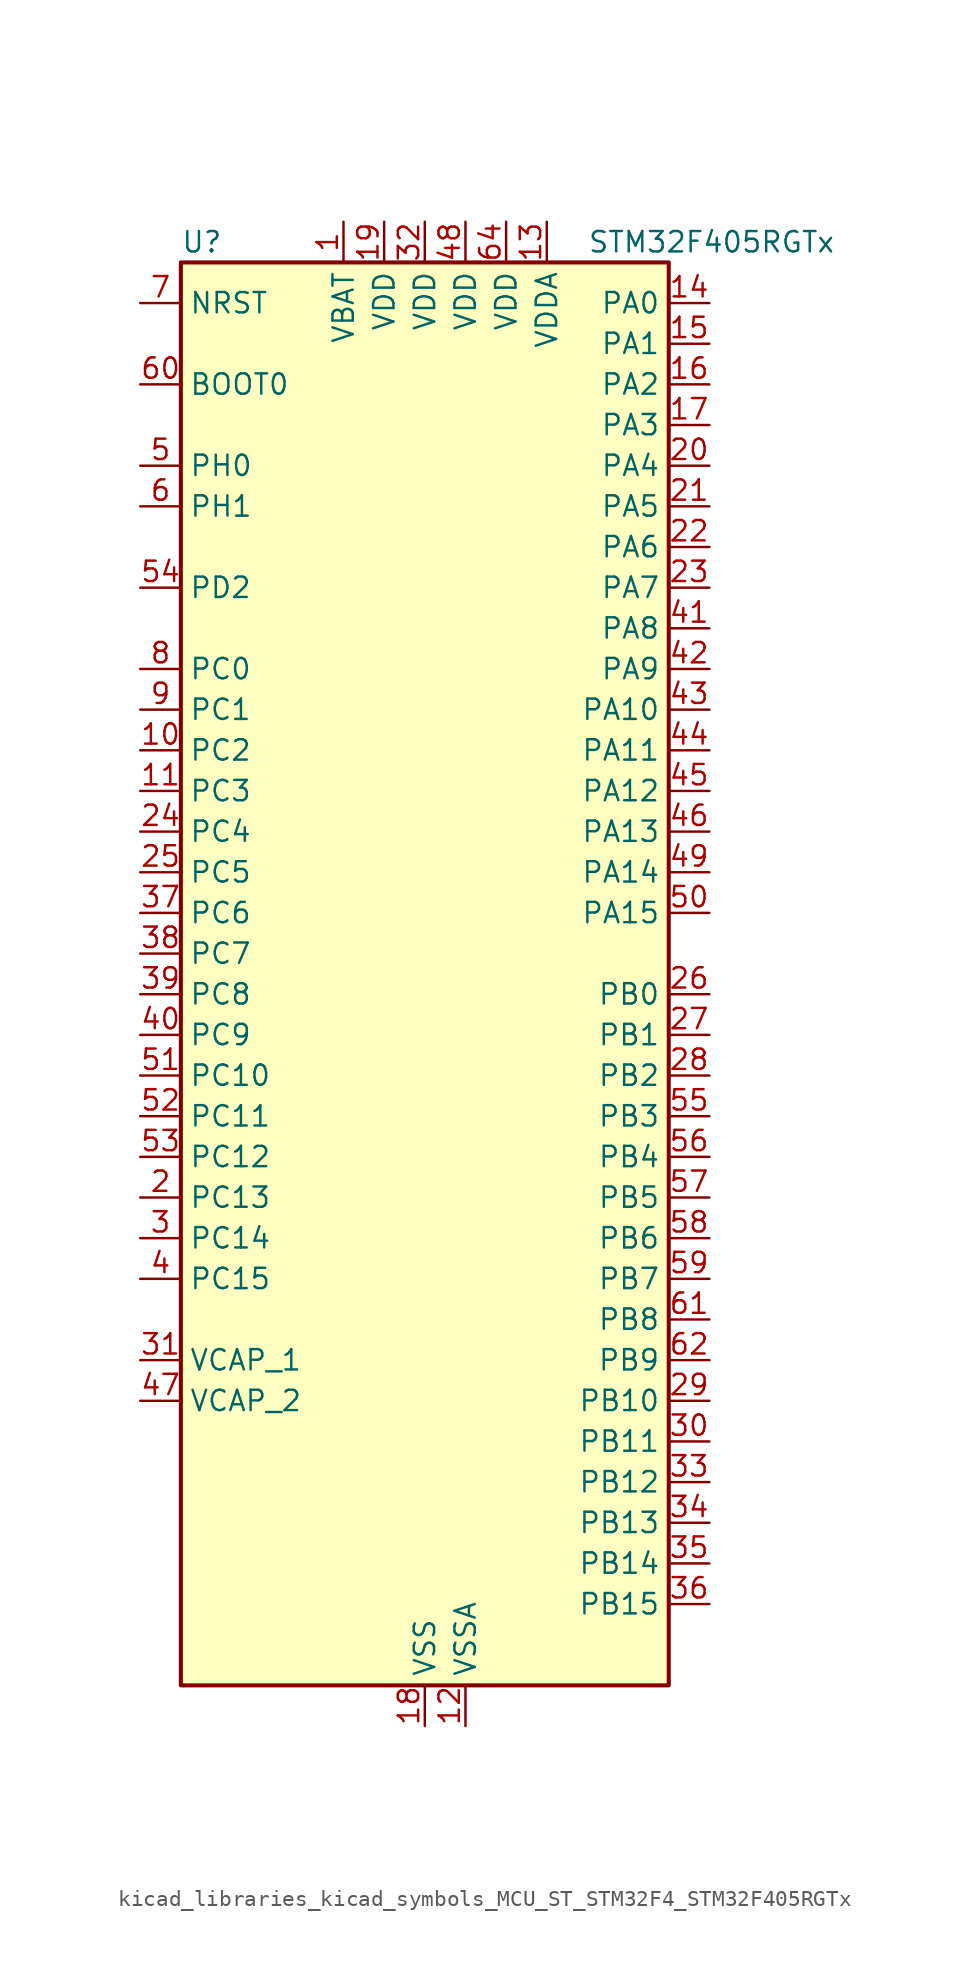
<source format=kicad_sym>
(kicad_symbol_lib
  (version 20220914)
  (generator kicad_symbol_editor)
  (symbol "kicad_libraries_kicad_symbols_MCU_ST_STM32F4_STM32F405RGTx"
    (property "Reference" "U"
      (at -15.24 46.99 0)
      (effects (font (size 1.27 1.27)) (justify left)))
    (property "Value" "STM32F405RGTx"
      (at 10.16 46.99 0)
      (effects (font (size 1.27 1.27)) (justify left)))
    (property "ki_locked" ""
      (at 0 0 0)
      (effects (font (size 1.27 1.27))))
    (symbol "kicad_libraries_kicad_symbols_MCU_ST_STM32F4_STM32F405RGTx_0_1"
      (rectangle (start -15.24 -43.18) (end 15.24 45.72) (stroke (width 0.254) (type default)) (fill (type background))))
    (symbol "kicad_libraries_kicad_symbols_MCU_ST_STM32F4_STM32F405RGTx_1_1"
      (pin power_in line (at -5.08 48.26 270) (length 2.54) (name "VBAT" (effects (font (size 1.27 1.27)))) (number "1" (effects (font (size 1.27 1.27)))))
      (pin bidirectional line (at -17.78 15.24 0) (length 2.54) (name "PC2" (effects (font (size 1.27 1.27)))) (number "10" (effects (font (size 1.27 1.27)))) (alternate "ADC1_IN12" bidirectional line) (alternate "ADC2_IN12" bidirectional line) (alternate "ADC3_IN12" bidirectional line) (alternate "I2S2_ext_SD" bidirectional line) (alternate "SPI2_MISO" bidirectional line) (alternate "USB_OTG_HS_ULPI_DIR" bidirectional line))
      (pin bidirectional line (at -17.78 12.7 0) (length 2.54) (name "PC3" (effects (font (size 1.27 1.27)))) (number "11" (effects (font (size 1.27 1.27)))) (alternate "ADC1_IN13" bidirectional line) (alternate "ADC2_IN13" bidirectional line) (alternate "ADC3_IN13" bidirectional line) (alternate "I2S2_SD" bidirectional line) (alternate "SPI2_MOSI" bidirectional line) (alternate "USB_OTG_HS_ULPI_NXT" bidirectional line))
      (pin power_in line (at 2.54 -45.72 90) (length 2.54) (name "VSSA" (effects (font (size 1.27 1.27)))) (number "12" (effects (font (size 1.27 1.27)))))
      (pin power_in line (at 7.62 48.26 270) (length 2.54) (name "VDDA" (effects (font (size 1.27 1.27)))) (number "13" (effects (font (size 1.27 1.27)))))
      (pin bidirectional line (at 17.78 43.18 180) (length 2.54) (name "PA0" (effects (font (size 1.27 1.27)))) (number "14" (effects (font (size 1.27 1.27)))) (alternate "ADC1_IN0" bidirectional line) (alternate "ADC2_IN0" bidirectional line) (alternate "ADC3_IN0" bidirectional line) (alternate "SYS_WKUP" bidirectional line) (alternate "TIM2_CH1" bidirectional line) (alternate "TIM2_ETR" bidirectional line) (alternate "TIM5_CH1" bidirectional line) (alternate "TIM8_ETR" bidirectional line) (alternate "UART4_TX" bidirectional line) (alternate "USART2_CTS" bidirectional line))
      (pin bidirectional line (at 17.78 40.64 180) (length 2.54) (name "PA1" (effects (font (size 1.27 1.27)))) (number "15" (effects (font (size 1.27 1.27)))) (alternate "ADC1_IN1" bidirectional line) (alternate "ADC2_IN1" bidirectional line) (alternate "ADC3_IN1" bidirectional line) (alternate "TIM2_CH2" bidirectional line) (alternate "TIM5_CH2" bidirectional line) (alternate "UART4_RX" bidirectional line) (alternate "USART2_RTS" bidirectional line))
      (pin bidirectional line (at 17.78 38.1 180) (length 2.54) (name "PA2" (effects (font (size 1.27 1.27)))) (number "16" (effects (font (size 1.27 1.27)))) (alternate "ADC1_IN2" bidirectional line) (alternate "ADC2_IN2" bidirectional line) (alternate "ADC3_IN2" bidirectional line) (alternate "TIM2_CH3" bidirectional line) (alternate "TIM5_CH3" bidirectional line) (alternate "TIM9_CH1" bidirectional line) (alternate "USART2_TX" bidirectional line))
      (pin bidirectional line (at 17.78 35.56 180) (length 2.54) (name "PA3" (effects (font (size 1.27 1.27)))) (number "17" (effects (font (size 1.27 1.27)))) (alternate "ADC1_IN3" bidirectional line) (alternate "ADC2_IN3" bidirectional line) (alternate "ADC3_IN3" bidirectional line) (alternate "TIM2_CH4" bidirectional line) (alternate "TIM5_CH4" bidirectional line) (alternate "TIM9_CH2" bidirectional line) (alternate "USART2_RX" bidirectional line) (alternate "USB_OTG_HS_ULPI_D0" bidirectional line))
      (pin power_in line (at 0 -45.72 90) (length 2.54) (name "VSS" (effects (font (size 1.27 1.27)))) (number "18" (effects (font (size 1.27 1.27)))))
      (pin power_in line (at -2.54 48.26 270) (length 2.54) (name "VDD" (effects (font (size 1.27 1.27)))) (number "19" (effects (font (size 1.27 1.27)))))
      (pin bidirectional line (at -17.78 -12.7 0) (length 2.54) (name "PC13" (effects (font (size 1.27 1.27)))) (number "2" (effects (font (size 1.27 1.27)))) (alternate "RTC_AF1" bidirectional line))
      (pin bidirectional line (at 17.78 33.02 180) (length 2.54) (name "PA4" (effects (font (size 1.27 1.27)))) (number "20" (effects (font (size 1.27 1.27)))) (alternate "ADC1_IN4" bidirectional line) (alternate "ADC2_IN4" bidirectional line) (alternate "DAC_OUT1" bidirectional line) (alternate "I2S3_WS" bidirectional line) (alternate "SPI1_NSS" bidirectional line) (alternate "SPI3_NSS" bidirectional line) (alternate "USART2_CK" bidirectional line) (alternate "USB_OTG_HS_SOF" bidirectional line))
      (pin bidirectional line (at 17.78 30.48 180) (length 2.54) (name "PA5" (effects (font (size 1.27 1.27)))) (number "21" (effects (font (size 1.27 1.27)))) (alternate "ADC1_IN5" bidirectional line) (alternate "ADC2_IN5" bidirectional line) (alternate "DAC_OUT2" bidirectional line) (alternate "SPI1_SCK" bidirectional line) (alternate "TIM2_CH1" bidirectional line) (alternate "TIM2_ETR" bidirectional line) (alternate "TIM8_CH1N" bidirectional line) (alternate "USB_OTG_HS_ULPI_CK" bidirectional line))
      (pin bidirectional line (at 17.78 27.94 180) (length 2.54) (name "PA6" (effects (font (size 1.27 1.27)))) (number "22" (effects (font (size 1.27 1.27)))) (alternate "ADC1_IN6" bidirectional line) (alternate "ADC2_IN6" bidirectional line) (alternate "SPI1_MISO" bidirectional line) (alternate "TIM13_CH1" bidirectional line) (alternate "TIM1_BKIN" bidirectional line) (alternate "TIM3_CH1" bidirectional line) (alternate "TIM8_BKIN" bidirectional line))
      (pin bidirectional line (at 17.78 25.4 180) (length 2.54) (name "PA7" (effects (font (size 1.27 1.27)))) (number "23" (effects (font (size 1.27 1.27)))) (alternate "ADC1_IN7" bidirectional line) (alternate "ADC2_IN7" bidirectional line) (alternate "SPI1_MOSI" bidirectional line) (alternate "TIM14_CH1" bidirectional line) (alternate "TIM1_CH1N" bidirectional line) (alternate "TIM3_CH2" bidirectional line) (alternate "TIM8_CH1N" bidirectional line))
      (pin bidirectional line (at -17.78 10.16 0) (length 2.54) (name "PC4" (effects (font (size 1.27 1.27)))) (number "24" (effects (font (size 1.27 1.27)))) (alternate "ADC1_IN14" bidirectional line) (alternate "ADC2_IN14" bidirectional line))
      (pin bidirectional line (at -17.78 7.62 0) (length 2.54) (name "PC5" (effects (font (size 1.27 1.27)))) (number "25" (effects (font (size 1.27 1.27)))) (alternate "ADC1_IN15" bidirectional line) (alternate "ADC2_IN15" bidirectional line))
      (pin bidirectional line (at 17.78 0 180) (length 2.54) (name "PB0" (effects (font (size 1.27 1.27)))) (number "26" (effects (font (size 1.27 1.27)))) (alternate "ADC1_IN8" bidirectional line) (alternate "ADC2_IN8" bidirectional line) (alternate "TIM1_CH2N" bidirectional line) (alternate "TIM3_CH3" bidirectional line) (alternate "TIM8_CH2N" bidirectional line) (alternate "USB_OTG_HS_ULPI_D1" bidirectional line))
      (pin bidirectional line (at 17.78 -2.54 180) (length 2.54) (name "PB1" (effects (font (size 1.27 1.27)))) (number "27" (effects (font (size 1.27 1.27)))) (alternate "ADC1_IN9" bidirectional line) (alternate "ADC2_IN9" bidirectional line) (alternate "TIM1_CH3N" bidirectional line) (alternate "TIM3_CH4" bidirectional line) (alternate "TIM8_CH3N" bidirectional line) (alternate "USB_OTG_HS_ULPI_D2" bidirectional line))
      (pin bidirectional line (at 17.78 -5.08 180) (length 2.54) (name "PB2" (effects (font (size 1.27 1.27)))) (number "28" (effects (font (size 1.27 1.27)))))
      (pin bidirectional line (at 17.78 -25.4 180) (length 2.54) (name "PB10" (effects (font (size 1.27 1.27)))) (number "29" (effects (font (size 1.27 1.27)))) (alternate "I2C2_SCL" bidirectional line) (alternate "I2S2_CK" bidirectional line) (alternate "SPI2_SCK" bidirectional line) (alternate "TIM2_CH3" bidirectional line) (alternate "USART3_TX" bidirectional line) (alternate "USB_OTG_HS_ULPI_D3" bidirectional line))
      (pin bidirectional line (at -17.78 -15.24 0) (length 2.54) (name "PC14" (effects (font (size 1.27 1.27)))) (number "3" (effects (font (size 1.27 1.27)))) (alternate "RCC_OSC32_IN" bidirectional line))
      (pin bidirectional line (at 17.78 -27.94 180) (length 2.54) (name "PB11" (effects (font (size 1.27 1.27)))) (number "30" (effects (font (size 1.27 1.27)))) (alternate "ADC1_EXTI11" bidirectional line) (alternate "ADC2_EXTI11" bidirectional line) (alternate "ADC3_EXTI11" bidirectional line) (alternate "I2C2_SDA" bidirectional line) (alternate "TIM2_CH4" bidirectional line) (alternate "USART3_RX" bidirectional line) (alternate "USB_OTG_HS_ULPI_D4" bidirectional line))
      (pin power_out line (at -17.78 -22.86 0) (length 2.54) (name "VCAP_1" (effects (font (size 1.27 1.27)))) (number "31" (effects (font (size 1.27 1.27)))))
      (pin power_in line (at 0 48.26 270) (length 2.54) (name "VDD" (effects (font (size 1.27 1.27)))) (number "32" (effects (font (size 1.27 1.27)))))
      (pin bidirectional line (at 17.78 -30.48 180) (length 2.54) (name "PB12" (effects (font (size 1.27 1.27)))) (number "33" (effects (font (size 1.27 1.27)))) (alternate "CAN2_RX" bidirectional line) (alternate "I2C2_SMBA" bidirectional line) (alternate "I2S2_WS" bidirectional line) (alternate "SPI2_NSS" bidirectional line) (alternate "TIM1_BKIN" bidirectional line) (alternate "USART3_CK" bidirectional line) (alternate "USB_OTG_HS_ID" bidirectional line) (alternate "USB_OTG_HS_ULPI_D5" bidirectional line))
      (pin bidirectional line (at 17.78 -33.02 180) (length 2.54) (name "PB13" (effects (font (size 1.27 1.27)))) (number "34" (effects (font (size 1.27 1.27)))) (alternate "CAN2_TX" bidirectional line) (alternate "I2S2_CK" bidirectional line) (alternate "SPI2_SCK" bidirectional line) (alternate "TIM1_CH1N" bidirectional line) (alternate "USART3_CTS" bidirectional line) (alternate "USB_OTG_HS_ULPI_D6" bidirectional line) (alternate "USB_OTG_HS_VBUS" bidirectional line))
      (pin bidirectional line (at 17.78 -35.56 180) (length 2.54) (name "PB14" (effects (font (size 1.27 1.27)))) (number "35" (effects (font (size 1.27 1.27)))) (alternate "I2S2_ext_SD" bidirectional line) (alternate "SPI2_MISO" bidirectional line) (alternate "TIM12_CH1" bidirectional line) (alternate "TIM1_CH2N" bidirectional line) (alternate "TIM8_CH2N" bidirectional line) (alternate "USART3_RTS" bidirectional line) (alternate "USB_OTG_HS_DM" bidirectional line))
      (pin bidirectional line (at 17.78 -38.1 180) (length 2.54) (name "PB15" (effects (font (size 1.27 1.27)))) (number "36" (effects (font (size 1.27 1.27)))) (alternate "ADC1_EXTI15" bidirectional line) (alternate "ADC2_EXTI15" bidirectional line) (alternate "ADC3_EXTI15" bidirectional line) (alternate "I2S2_SD" bidirectional line) (alternate "RTC_REFIN" bidirectional line) (alternate "SPI2_MOSI" bidirectional line) (alternate "TIM12_CH2" bidirectional line) (alternate "TIM1_CH3N" bidirectional line) (alternate "TIM8_CH3N" bidirectional line) (alternate "USB_OTG_HS_DP" bidirectional line))
      (pin bidirectional line (at -17.78 5.08 0) (length 2.54) (name "PC6" (effects (font (size 1.27 1.27)))) (number "37" (effects (font (size 1.27 1.27)))) (alternate "I2S2_MCK" bidirectional line) (alternate "SDIO_D6" bidirectional line) (alternate "TIM3_CH1" bidirectional line) (alternate "TIM8_CH1" bidirectional line) (alternate "USART6_TX" bidirectional line))
      (pin bidirectional line (at -17.78 2.54 0) (length 2.54) (name "PC7" (effects (font (size 1.27 1.27)))) (number "38" (effects (font (size 1.27 1.27)))) (alternate "I2S3_MCK" bidirectional line) (alternate "SDIO_D7" bidirectional line) (alternate "TIM3_CH2" bidirectional line) (alternate "TIM8_CH2" bidirectional line) (alternate "USART6_RX" bidirectional line))
      (pin bidirectional line (at -17.78 0 0) (length 2.54) (name "PC8" (effects (font (size 1.27 1.27)))) (number "39" (effects (font (size 1.27 1.27)))) (alternate "SDIO_D0" bidirectional line) (alternate "TIM3_CH3" bidirectional line) (alternate "TIM8_CH3" bidirectional line) (alternate "USART6_CK" bidirectional line))
      (pin bidirectional line (at -17.78 -17.78 0) (length 2.54) (name "PC15" (effects (font (size 1.27 1.27)))) (number "4" (effects (font (size 1.27 1.27)))) (alternate "ADC1_EXTI15" bidirectional line) (alternate "ADC2_EXTI15" bidirectional line) (alternate "ADC3_EXTI15" bidirectional line) (alternate "RCC_OSC32_OUT" bidirectional line))
      (pin bidirectional line (at -17.78 -2.54 0) (length 2.54) (name "PC9" (effects (font (size 1.27 1.27)))) (number "40" (effects (font (size 1.27 1.27)))) (alternate "DAC_EXTI9" bidirectional line) (alternate "I2C3_SDA" bidirectional line) (alternate "I2S_CKIN" bidirectional line) (alternate "RCC_MCO_2" bidirectional line) (alternate "SDIO_D1" bidirectional line) (alternate "TIM3_CH4" bidirectional line) (alternate "TIM8_CH4" bidirectional line))
      (pin bidirectional line (at 17.78 22.86 180) (length 2.54) (name "PA8" (effects (font (size 1.27 1.27)))) (number "41" (effects (font (size 1.27 1.27)))) (alternate "I2C3_SCL" bidirectional line) (alternate "RCC_MCO_1" bidirectional line) (alternate "TIM1_CH1" bidirectional line) (alternate "USART1_CK" bidirectional line) (alternate "USB_OTG_FS_SOF" bidirectional line))
      (pin bidirectional line (at 17.78 20.32 180) (length 2.54) (name "PA9" (effects (font (size 1.27 1.27)))) (number "42" (effects (font (size 1.27 1.27)))) (alternate "DAC_EXTI9" bidirectional line) (alternate "I2C3_SMBA" bidirectional line) (alternate "TIM1_CH2" bidirectional line) (alternate "USART1_TX" bidirectional line) (alternate "USB_OTG_FS_VBUS" bidirectional line))
      (pin bidirectional line (at 17.78 17.78 180) (length 2.54) (name "PA10" (effects (font (size 1.27 1.27)))) (number "43" (effects (font (size 1.27 1.27)))) (alternate "TIM1_CH3" bidirectional line) (alternate "USART1_RX" bidirectional line) (alternate "USB_OTG_FS_ID" bidirectional line))
      (pin bidirectional line (at 17.78 15.24 180) (length 2.54) (name "PA11" (effects (font (size 1.27 1.27)))) (number "44" (effects (font (size 1.27 1.27)))) (alternate "ADC1_EXTI11" bidirectional line) (alternate "ADC2_EXTI11" bidirectional line) (alternate "ADC3_EXTI11" bidirectional line) (alternate "CAN1_RX" bidirectional line) (alternate "TIM1_CH4" bidirectional line) (alternate "USART1_CTS" bidirectional line) (alternate "USB_OTG_FS_DM" bidirectional line))
      (pin bidirectional line (at 17.78 12.7 180) (length 2.54) (name "PA12" (effects (font (size 1.27 1.27)))) (number "45" (effects (font (size 1.27 1.27)))) (alternate "CAN1_TX" bidirectional line) (alternate "TIM1_ETR" bidirectional line) (alternate "USART1_RTS" bidirectional line) (alternate "USB_OTG_FS_DP" bidirectional line))
      (pin bidirectional line (at 17.78 10.16 180) (length 2.54) (name "PA13" (effects (font (size 1.27 1.27)))) (number "46" (effects (font (size 1.27 1.27)))) (alternate "SYS_JTMS-SWDIO" bidirectional line))
      (pin power_out line (at -17.78 -25.4 0) (length 2.54) (name "VCAP_2" (effects (font (size 1.27 1.27)))) (number "47" (effects (font (size 1.27 1.27)))))
      (pin power_in line (at 2.54 48.26 270) (length 2.54) (name "VDD" (effects (font (size 1.27 1.27)))) (number "48" (effects (font (size 1.27 1.27)))))
      (pin bidirectional line (at 17.78 7.62 180) (length 2.54) (name "PA14" (effects (font (size 1.27 1.27)))) (number "49" (effects (font (size 1.27 1.27)))) (alternate "SYS_JTCK-SWCLK" bidirectional line))
      (pin bidirectional line (at -17.78 33.02 0) (length 2.54) (name "PH0" (effects (font (size 1.27 1.27)))) (number "5" (effects (font (size 1.27 1.27)))) (alternate "RCC_OSC_IN" bidirectional line))
      (pin bidirectional line (at 17.78 5.08 180) (length 2.54) (name "PA15" (effects (font (size 1.27 1.27)))) (number "50" (effects (font (size 1.27 1.27)))) (alternate "ADC1_EXTI15" bidirectional line) (alternate "ADC2_EXTI15" bidirectional line) (alternate "ADC3_EXTI15" bidirectional line) (alternate "I2S3_WS" bidirectional line) (alternate "SPI1_NSS" bidirectional line) (alternate "SPI3_NSS" bidirectional line) (alternate "SYS_JTDI" bidirectional line) (alternate "TIM2_CH1" bidirectional line) (alternate "TIM2_ETR" bidirectional line))
      (pin bidirectional line (at -17.78 -5.08 0) (length 2.54) (name "PC10" (effects (font (size 1.27 1.27)))) (number "51" (effects (font (size 1.27 1.27)))) (alternate "I2S3_CK" bidirectional line) (alternate "SDIO_D2" bidirectional line) (alternate "SPI3_SCK" bidirectional line) (alternate "UART4_TX" bidirectional line) (alternate "USART3_TX" bidirectional line))
      (pin bidirectional line (at -17.78 -7.62 0) (length 2.54) (name "PC11" (effects (font (size 1.27 1.27)))) (number "52" (effects (font (size 1.27 1.27)))) (alternate "ADC1_EXTI11" bidirectional line) (alternate "ADC2_EXTI11" bidirectional line) (alternate "ADC3_EXTI11" bidirectional line) (alternate "I2S3_ext_SD" bidirectional line) (alternate "SDIO_D3" bidirectional line) (alternate "SPI3_MISO" bidirectional line) (alternate "UART4_RX" bidirectional line) (alternate "USART3_RX" bidirectional line))
      (pin bidirectional line (at -17.78 -10.16 0) (length 2.54) (name "PC12" (effects (font (size 1.27 1.27)))) (number "53" (effects (font (size 1.27 1.27)))) (alternate "I2S3_SD" bidirectional line) (alternate "SDIO_CK" bidirectional line) (alternate "SPI3_MOSI" bidirectional line) (alternate "UART5_TX" bidirectional line) (alternate "USART3_CK" bidirectional line))
      (pin bidirectional line (at -17.78 25.4 0) (length 2.54) (name "PD2" (effects (font (size 1.27 1.27)))) (number "54" (effects (font (size 1.27 1.27)))) (alternate "SDIO_CMD" bidirectional line) (alternate "TIM3_ETR" bidirectional line) (alternate "UART5_RX" bidirectional line))
      (pin bidirectional line (at 17.78 -7.62 180) (length 2.54) (name "PB3" (effects (font (size 1.27 1.27)))) (number "55" (effects (font (size 1.27 1.27)))) (alternate "I2S3_CK" bidirectional line) (alternate "SPI1_SCK" bidirectional line) (alternate "SPI3_SCK" bidirectional line) (alternate "SYS_JTDO-SWO" bidirectional line) (alternate "TIM2_CH2" bidirectional line))
      (pin bidirectional line (at 17.78 -10.16 180) (length 2.54) (name "PB4" (effects (font (size 1.27 1.27)))) (number "56" (effects (font (size 1.27 1.27)))) (alternate "I2S3_ext_SD" bidirectional line) (alternate "SPI1_MISO" bidirectional line) (alternate "SPI3_MISO" bidirectional line) (alternate "SYS_JTRST" bidirectional line) (alternate "TIM3_CH1" bidirectional line))
      (pin bidirectional line (at 17.78 -12.7 180) (length 2.54) (name "PB5" (effects (font (size 1.27 1.27)))) (number "57" (effects (font (size 1.27 1.27)))) (alternate "CAN2_RX" bidirectional line) (alternate "I2C1_SMBA" bidirectional line) (alternate "I2S3_SD" bidirectional line) (alternate "SPI1_MOSI" bidirectional line) (alternate "SPI3_MOSI" bidirectional line) (alternate "TIM3_CH2" bidirectional line) (alternate "USB_OTG_HS_ULPI_D7" bidirectional line))
      (pin bidirectional line (at 17.78 -15.24 180) (length 2.54) (name "PB6" (effects (font (size 1.27 1.27)))) (number "58" (effects (font (size 1.27 1.27)))) (alternate "CAN2_TX" bidirectional line) (alternate "I2C1_SCL" bidirectional line) (alternate "TIM4_CH1" bidirectional line) (alternate "USART1_TX" bidirectional line))
      (pin bidirectional line (at 17.78 -17.78 180) (length 2.54) (name "PB7" (effects (font (size 1.27 1.27)))) (number "59" (effects (font (size 1.27 1.27)))) (alternate "I2C1_SDA" bidirectional line) (alternate "TIM4_CH2" bidirectional line) (alternate "USART1_RX" bidirectional line))
      (pin bidirectional line (at -17.78 30.48 0) (length 2.54) (name "PH1" (effects (font (size 1.27 1.27)))) (number "6" (effects (font (size 1.27 1.27)))) (alternate "RCC_OSC_OUT" bidirectional line))
      (pin input line (at -17.78 38.1 0) (length 2.54) (name "BOOT0" (effects (font (size 1.27 1.27)))) (number "60" (effects (font (size 1.27 1.27)))))
      (pin bidirectional line (at 17.78 -20.32 180) (length 2.54) (name "PB8" (effects (font (size 1.27 1.27)))) (number "61" (effects (font (size 1.27 1.27)))) (alternate "CAN1_RX" bidirectional line) (alternate "I2C1_SCL" bidirectional line) (alternate "SDIO_D4" bidirectional line) (alternate "TIM10_CH1" bidirectional line) (alternate "TIM4_CH3" bidirectional line))
      (pin bidirectional line (at 17.78 -22.86 180) (length 2.54) (name "PB9" (effects (font (size 1.27 1.27)))) (number "62" (effects (font (size 1.27 1.27)))) (alternate "CAN1_TX" bidirectional line) (alternate "DAC_EXTI9" bidirectional line) (alternate "I2C1_SDA" bidirectional line) (alternate "I2S2_WS" bidirectional line) (alternate "SDIO_D5" bidirectional line) (alternate "SPI2_NSS" bidirectional line) (alternate "TIM11_CH1" bidirectional line) (alternate "TIM4_CH4" bidirectional line))
      (pin passive line (at 0 -45.72 90) (length 2.54) hide (name "VSS" (effects (font (size 1.27 1.27)))) (number "63" (effects (font (size 1.27 1.27)))))
      (pin power_in line (at 5.08 48.26 270) (length 2.54) (name "VDD" (effects (font (size 1.27 1.27)))) (number "64" (effects (font (size 1.27 1.27)))))
      (pin input line (at -17.78 43.18 0) (length 2.54) (name "NRST" (effects (font (size 1.27 1.27)))) (number "7" (effects (font (size 1.27 1.27)))))
      (pin bidirectional line (at -17.78 20.32 0) (length 2.54) (name "PC0" (effects (font (size 1.27 1.27)))) (number "8" (effects (font (size 1.27 1.27)))) (alternate "ADC1_IN10" bidirectional line) (alternate "ADC2_IN10" bidirectional line) (alternate "ADC3_IN10" bidirectional line) (alternate "USB_OTG_HS_ULPI_STP" bidirectional line))
      (pin bidirectional line (at -17.78 17.78 0) (length 2.54) (name "PC1" (effects (font (size 1.27 1.27)))) (number "9" (effects (font (size 1.27 1.27)))) (alternate "ADC1_IN11" bidirectional line) (alternate "ADC2_IN11" bidirectional line) (alternate "ADC3_IN11" bidirectional line)))))
</source>
